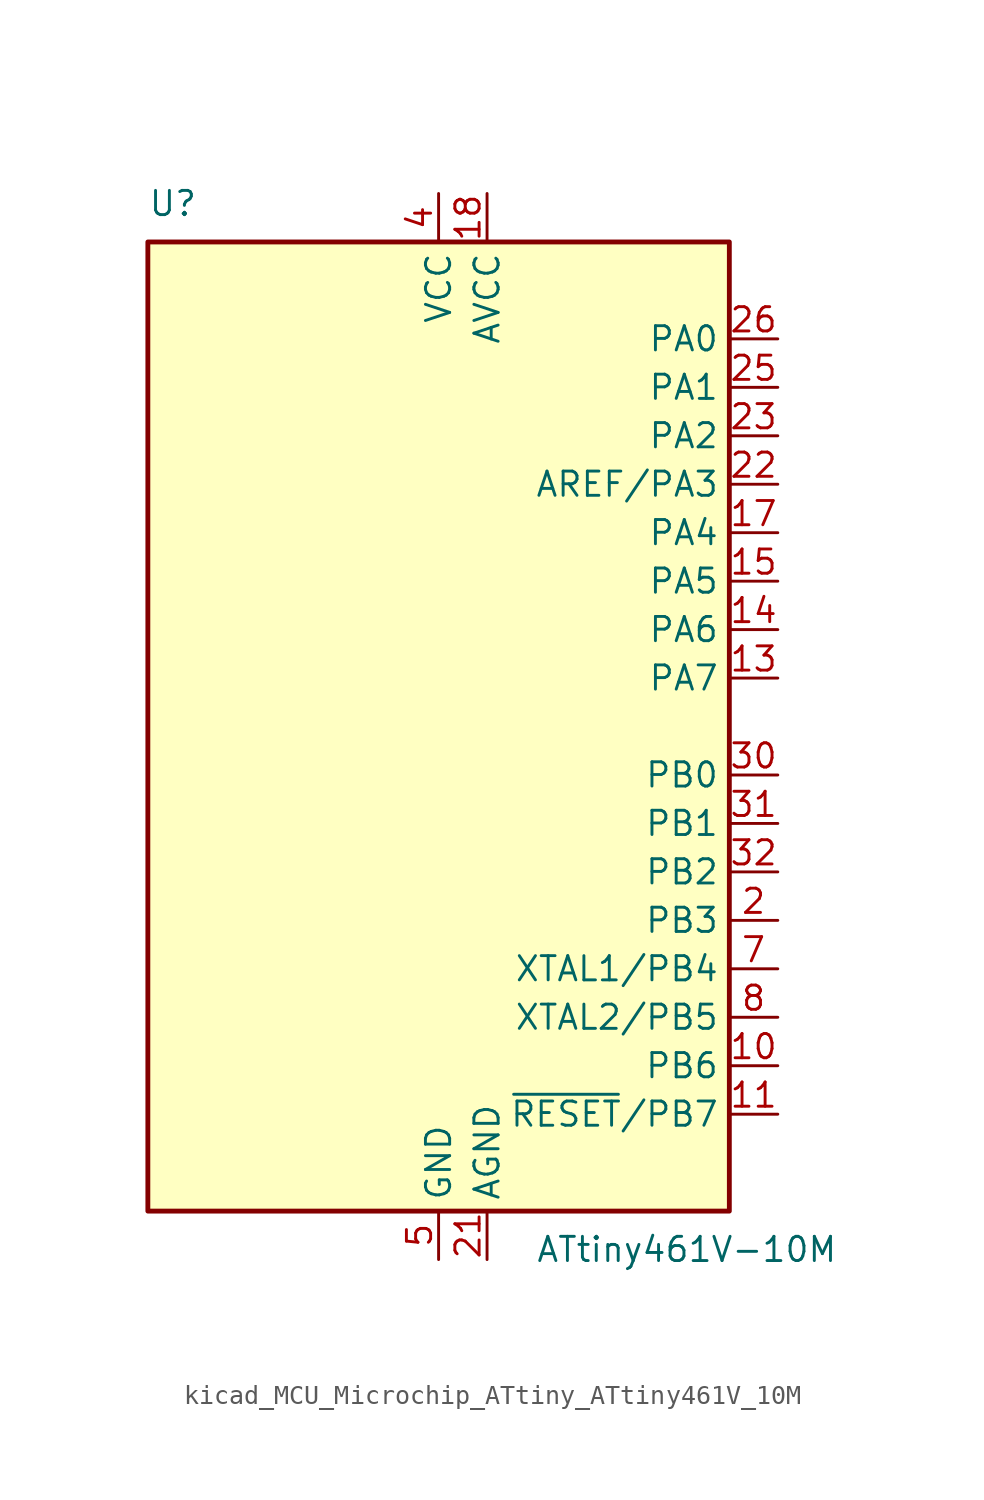
<source format=kicad_sym>
(kicad_symbol_lib
  (version 20220914)
  (generator kicad_symbol_editor)
  (symbol "kicad_MCU_Microchip_ATtiny_ATtiny461V_10M"
    (property "Reference" "U"
      (at -15.24 26.67 0)
      (effects (font (size 1.27 1.27)) (justify left bottom)))
    (property "Value" "ATtiny461V-10M"
      (at 5.08 -26.67 0)
      (effects (font (size 1.27 1.27)) (justify left top)))
    (symbol "kicad_MCU_Microchip_ATtiny_ATtiny461V_10M_0_1"
      (rectangle (start -15.24 -25.4) (end 15.24 25.4) (stroke (width 0.254) (type default)) (fill (type background))))
    (symbol "kicad_MCU_Microchip_ATtiny_ATtiny461V_10M_1_1"
      (pin no_connect line (at -15.24 5.08 0) (length 2.54) hide (name "NC" (effects (font (size 1.27 1.27)))) (number "1" (effects (font (size 1.27 1.27)))))
      (pin bidirectional line (at 17.78 -17.78 180) (length 2.54) (name "PB6" (effects (font (size 1.27 1.27)))) (number "10" (effects (font (size 1.27 1.27)))))
      (pin bidirectional line (at 17.78 -20.32 180) (length 2.54) (name "~{RESET}/PB7" (effects (font (size 1.27 1.27)))) (number "11" (effects (font (size 1.27 1.27)))))
      (pin no_connect line (at -15.24 -5.08 0) (length 2.54) hide (name "NC" (effects (font (size 1.27 1.27)))) (number "12" (effects (font (size 1.27 1.27)))))
      (pin bidirectional line (at 17.78 2.54 180) (length 2.54) (name "PA7" (effects (font (size 1.27 1.27)))) (number "13" (effects (font (size 1.27 1.27)))))
      (pin bidirectional line (at 17.78 5.08 180) (length 2.54) (name "PA6" (effects (font (size 1.27 1.27)))) (number "14" (effects (font (size 1.27 1.27)))))
      (pin bidirectional line (at 17.78 7.62 180) (length 2.54) (name "PA5" (effects (font (size 1.27 1.27)))) (number "15" (effects (font (size 1.27 1.27)))))
      (pin no_connect line (at -15.24 -7.62 0) (length 2.54) hide (name "NC" (effects (font (size 1.27 1.27)))) (number "16" (effects (font (size 1.27 1.27)))))
      (pin bidirectional line (at 17.78 10.16 180) (length 2.54) (name "PA4" (effects (font (size 1.27 1.27)))) (number "17" (effects (font (size 1.27 1.27)))))
      (pin power_in line (at 2.54 27.94 270) (length 2.54) (name "AVCC" (effects (font (size 1.27 1.27)))) (number "18" (effects (font (size 1.27 1.27)))))
      (pin no_connect line (at -15.24 -10.16 0) (length 2.54) hide (name "NC" (effects (font (size 1.27 1.27)))) (number "19" (effects (font (size 1.27 1.27)))))
      (pin bidirectional line (at 17.78 -10.16 180) (length 2.54) (name "PB3" (effects (font (size 1.27 1.27)))) (number "2" (effects (font (size 1.27 1.27)))))
      (pin no_connect line (at -15.24 -12.7 0) (length 2.54) hide (name "NC" (effects (font (size 1.27 1.27)))) (number "20" (effects (font (size 1.27 1.27)))))
      (pin power_in line (at 2.54 -27.94 90) (length 2.54) (name "AGND" (effects (font (size 1.27 1.27)))) (number "21" (effects (font (size 1.27 1.27)))))
      (pin bidirectional line (at 17.78 12.7 180) (length 2.54) (name "AREF/PA3" (effects (font (size 1.27 1.27)))) (number "22" (effects (font (size 1.27 1.27)))))
      (pin bidirectional line (at 17.78 15.24 180) (length 2.54) (name "PA2" (effects (font (size 1.27 1.27)))) (number "23" (effects (font (size 1.27 1.27)))))
      (pin no_connect line (at -15.24 -15.24 0) (length 2.54) hide (name "NC" (effects (font (size 1.27 1.27)))) (number "24" (effects (font (size 1.27 1.27)))))
      (pin bidirectional line (at 17.78 17.78 180) (length 2.54) (name "PA1" (effects (font (size 1.27 1.27)))) (number "25" (effects (font (size 1.27 1.27)))))
      (pin bidirectional line (at 17.78 20.32 180) (length 2.54) (name "PA0" (effects (font (size 1.27 1.27)))) (number "26" (effects (font (size 1.27 1.27)))))
      (pin no_connect line (at -15.24 -17.78 0) (length 2.54) hide (name "NC" (effects (font (size 1.27 1.27)))) (number "27" (effects (font (size 1.27 1.27)))))
      (pin no_connect line (at -15.24 -20.32 0) (length 2.54) hide (name "NC" (effects (font (size 1.27 1.27)))) (number "28" (effects (font (size 1.27 1.27)))))
      (pin no_connect line (at -15.24 -22.86 0) (length 2.54) hide (name "NC" (effects (font (size 1.27 1.27)))) (number "29" (effects (font (size 1.27 1.27)))))
      (pin no_connect line (at -15.24 2.54 0) (length 2.54) hide (name "NC" (effects (font (size 1.27 1.27)))) (number "3" (effects (font (size 1.27 1.27)))))
      (pin bidirectional line (at 17.78 -2.54 180) (length 2.54) (name "PB0" (effects (font (size 1.27 1.27)))) (number "30" (effects (font (size 1.27 1.27)))))
      (pin bidirectional line (at 17.78 -5.08 180) (length 2.54) (name "PB1" (effects (font (size 1.27 1.27)))) (number "31" (effects (font (size 1.27 1.27)))))
      (pin bidirectional line (at 17.78 -7.62 180) (length 2.54) (name "PB2" (effects (font (size 1.27 1.27)))) (number "32" (effects (font (size 1.27 1.27)))))
      (pin passive line (at 0 -27.94 90) (length 2.54) hide (name "GND" (effects (font (size 1.27 1.27)))) (number "33" (effects (font (size 1.27 1.27)))))
      (pin power_in line (at 0 27.94 270) (length 2.54) (name "VCC" (effects (font (size 1.27 1.27)))) (number "4" (effects (font (size 1.27 1.27)))))
      (pin power_in line (at 0 -27.94 90) (length 2.54) (name "GND" (effects (font (size 1.27 1.27)))) (number "5" (effects (font (size 1.27 1.27)))))
      (pin no_connect line (at -15.24 0 0) (length 2.54) hide (name "NC" (effects (font (size 1.27 1.27)))) (number "6" (effects (font (size 1.27 1.27)))))
      (pin bidirectional line (at 17.78 -12.7 180) (length 2.54) (name "XTAL1/PB4" (effects (font (size 1.27 1.27)))) (number "7" (effects (font (size 1.27 1.27)))))
      (pin bidirectional line (at 17.78 -15.24 180) (length 2.54) (name "XTAL2/PB5" (effects (font (size 1.27 1.27)))) (number "8" (effects (font (size 1.27 1.27)))))
      (pin no_connect line (at -15.24 -2.54 0) (length 2.54) hide (name "NC" (effects (font (size 1.27 1.27)))) (number "9" (effects (font (size 1.27 1.27))))))))
</source>
